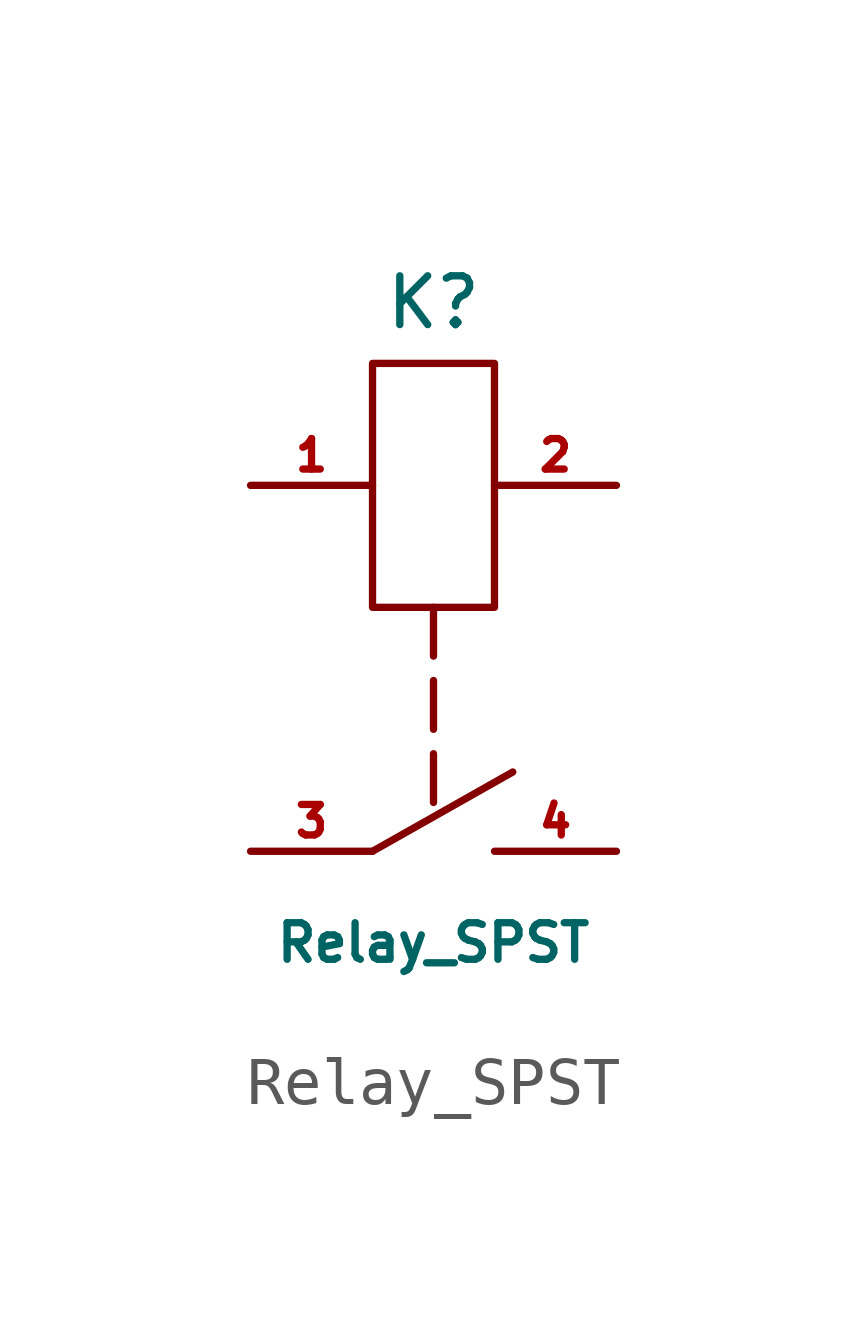
<source format=kicad_sym>
(kicad_symbol_lib
  (version 20220914)
  (generator kicad_symbol_editor)
  (symbol "Relay_SPST"
    (pin_names
      (offset 1.016) hide)
    (property "Reference" "K"
      (at 0 11.43 0)
      (effects (font (size 1.016 1.016))))
    (property "Value" "Relay_SPST"
      (at 0 -1.905 0)
      (effects (font (size 0.762 0.762))))
    (property "Footprint" ""
      (at 0 0 0)
      (effects (font (size 1.524 1.524))))
    (property "Datasheet" ""
      (at 0 0 0)
      (effects (font (size 1.524 1.524))))
    (symbol "Relay_SPST_0_1"
      (rectangle (start -1.27 10.16) (end 1.27 5.08) (stroke (width 0) (type solid)) (fill (type none)))
      (polyline (pts (xy -1.27 0) (xy 1.651 1.651)) (stroke (width 0) (type solid)) (fill (type none)))
      (polyline (pts (xy 0 3.556) (xy 0 2.54)) (stroke (width 0) (type solid)) (fill (type none)))
      (polyline (pts (xy 0 5.08) (xy 0 4.064)) (stroke (width 0) (type solid)) (fill (type none)))
      (polyline (pts (xy 0 2.032) (xy 0 1.27) (xy 0 1.016)) (stroke (width 0) (type solid)) (fill (type none))))
    (symbol "Relay_SPST_1_1"
      (pin passive line (at -3.81 7.62 0) (length 2.54) (name "~" (effects (font (size 0.635 0.635)))) (number "1" (effects (font (size 0.635 0.635)))))
      (pin passive line (at 3.81 7.62 180) (length 2.54) (name "~" (effects (font (size 0.635 0.635)))) (number "2" (effects (font (size 0.635 0.635)))))
      (pin passive line (at -3.81 0 0) (length 2.54) (name "~" (effects (font (size 0.635 0.635)))) (number "3" (effects (font (size 0.635 0.635)))))
      (pin passive line (at 3.81 0 180) (length 2.54) (name "~" (effects (font (size 0.635 0.635)))) (number "4" (effects (font (size 0.635 0.635))))))))
</source>
